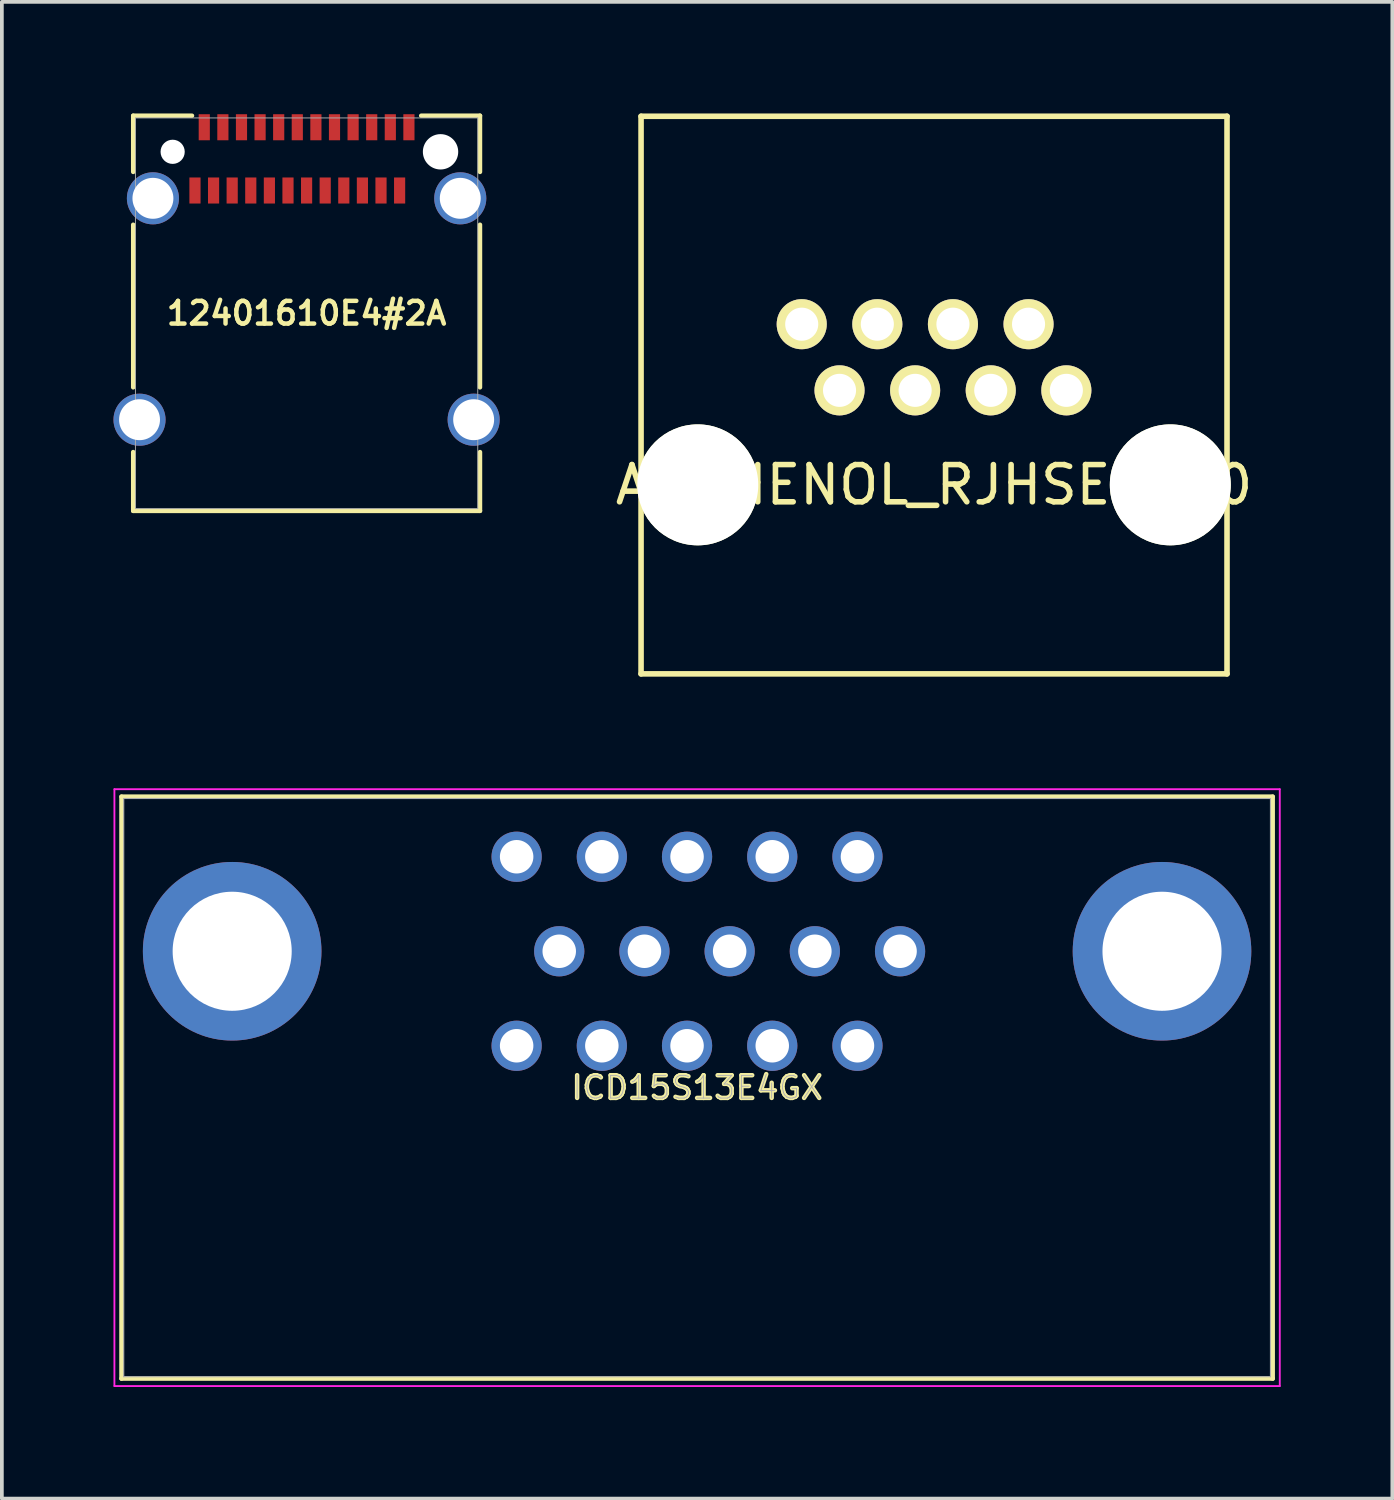
<source format=kicad_pcb>
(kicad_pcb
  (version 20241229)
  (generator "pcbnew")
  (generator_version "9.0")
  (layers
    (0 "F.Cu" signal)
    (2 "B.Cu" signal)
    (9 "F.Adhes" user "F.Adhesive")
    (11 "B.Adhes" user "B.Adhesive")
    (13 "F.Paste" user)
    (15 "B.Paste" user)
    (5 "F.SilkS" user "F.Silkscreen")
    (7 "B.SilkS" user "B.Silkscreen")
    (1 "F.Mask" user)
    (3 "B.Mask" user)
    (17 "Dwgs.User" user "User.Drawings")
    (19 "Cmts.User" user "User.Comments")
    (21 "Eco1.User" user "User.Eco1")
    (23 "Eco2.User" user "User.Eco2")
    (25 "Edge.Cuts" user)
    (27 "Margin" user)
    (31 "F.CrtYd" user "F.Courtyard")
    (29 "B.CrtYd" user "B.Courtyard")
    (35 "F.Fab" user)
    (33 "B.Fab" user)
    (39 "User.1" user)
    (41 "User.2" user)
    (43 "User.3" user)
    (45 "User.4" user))
  (footprint "12401610E4#2A"
    (layer "F.Cu")
    (at 5.19 5.37)
    (property "Reference" "12401610E4#2A" (at 0 0 0) (layer "F.SilkS") (effects (font (size 0.61 0.61) (thickness 0.12))))
    (attr through_hole)
    (fp_line (start -4.66 -5.31) (end -4.66 -3.8) (stroke (width 0.12) (type solid)) (layer "F.SilkS"))
    (fp_line (start -4.66 -5.31) (end -3.08 -5.31) (stroke (width 0.12) (type solid)) (layer "F.SilkS"))
    (fp_line (start -4.66 1.99) (end -4.66 -2.38) (stroke (width 0.12) (type solid)) (layer "F.SilkS"))
    (fp_line (start -4.66 5.31) (end -4.66 3.73) (stroke (width 0.12) (type solid)) (layer "F.SilkS"))
    (fp_line (start -4.66 5.31) (end 4.66 5.31) (stroke (width 0.12) (type solid)) (layer "F.SilkS"))
    (fp_line (start 3.08 -5.31) (end 4.66 -5.31) (stroke (width 0.12) (type solid)) (layer "F.SilkS"))
    (fp_line (start 4.66 -3.8) (end 4.66 -5.31) (stroke (width 0.12) (type solid)) (layer "F.SilkS"))
    (fp_line (start 4.66 -2.38) (end 4.66 1.99) (stroke (width 0.12) (type solid)) (layer "F.SilkS"))
    (fp_line (start 4.66 3.73) (end 4.66 5.31) (stroke (width 0.12) (type solid)) (layer "F.SilkS"))
    (fp_line (start -4.6 -5.25) (end 4.6 -5.25) (stroke (width 0.025) (type solid)) (layer "F.Fab"))
    (fp_line (start -4.6 5.25) (end -4.6 -5.25) (stroke (width 0.025) (type solid)) (layer "F.Fab"))
    (fp_line (start 4.6 -5.25) (end 4.6 5.25) (stroke (width 0.025) (type solid)) (layer "F.Fab"))
    (fp_line (start 4.6 5.25) (end -4.6 5.25) (stroke (width 0.025) (type solid)) (layer "F.Fab"))
    (pad "" np_thru_hole circle (at -3.6 -4.34) (size 0.65 0.65) (drill 0.65) (layers "*.Cu" "*.Mask"))
    (pad "" np_thru_hole circle (at 3.6 -4.34) (size 0.95 0.95) (drill 0.95) (layers "*.Cu" "*.Mask"))
    (pad "A1" smd rect (at -2.75 -5) (size 0.3 0.7) (layers "F.Cu" "F.Mask" "F.Paste"))
    (pad "A2" smd rect (at -2.25 -5) (size 0.3 0.7) (layers "F.Cu" "F.Mask" "F.Paste"))
    (pad "A3" smd rect (at -1.75 -5) (size 0.3 0.7) (layers "F.Cu" "F.Mask" "F.Paste"))
    (pad "A4" smd rect (at -1.25 -5) (size 0.3 0.7) (layers "F.Cu" "F.Mask" "F.Paste"))
    (pad "A5" smd rect (at -0.75 -5) (size 0.3 0.7) (layers "F.Cu" "F.Mask" "F.Paste"))
    (pad "A6" smd rect (at -0.25 -5) (size 0.3 0.7) (layers "F.Cu" "F.Mask" "F.Paste"))
    (pad "A7" smd rect (at 0.25 -5) (size 0.3 0.7) (layers "F.Cu" "F.Mask" "F.Paste"))
    (pad "A8" smd rect (at 0.75 -5) (size 0.3 0.7) (layers "F.Cu" "F.Mask" "F.Paste"))
    (pad "A9" smd rect (at 1.25 -5) (size 0.3 0.7) (layers "F.Cu" "F.Mask" "F.Paste"))
    (pad "A10" smd rect (at 1.75 -5) (size 0.3 0.7) (layers "F.Cu" "F.Mask" "F.Paste"))
    (pad "A11" smd rect (at 2.25 -5) (size 0.3 0.7) (layers "F.Cu" "F.Mask" "F.Paste"))
    (pad "A12" smd rect (at 2.75 -5) (size 0.3 0.7) (layers "F.Cu" "F.Mask" "F.Paste"))
    (pad "B1" smd rect (at 2.5 -3.3) (size 0.3 0.7) (layers "F.Cu" "F.Mask" "F.Paste"))
    (pad "B2" smd rect (at 2 -3.3) (size 0.3 0.7) (layers "F.Cu" "F.Mask" "F.Paste"))
    (pad "B3" smd rect (at 1.5 -3.3) (size 0.3 0.7) (layers "F.Cu" "F.Mask" "F.Paste"))
    (pad "B4" smd rect (at 1 -3.3) (size 0.3 0.7) (layers "F.Cu" "F.Mask" "F.Paste"))
    (pad "B5" smd rect (at 0.5 -3.3) (size 0.3 0.7) (layers "F.Cu" "F.Mask" "F.Paste"))
    (pad "B6" smd rect (at 0 -3.3) (size 0.3 0.7) (layers "F.Cu" "F.Mask" "F.Paste"))
    (pad "B7" smd rect (at -0.5 -3.3) (size 0.3 0.7) (layers "F.Cu" "F.Mask" "F.Paste"))
    (pad "B8" smd rect (at -1 -3.3) (size 0.3 0.7) (layers "F.Cu" "F.Mask" "F.Paste"))
    (pad "B9" smd rect (at -1.5 -3.3) (size 0.3 0.7) (layers "F.Cu" "F.Mask" "F.Paste"))
    (pad "B10" smd rect (at -2 -3.3) (size 0.3 0.7) (layers "F.Cu" "F.Mask" "F.Paste"))
    (pad "B11" smd rect (at -2.5 -3.3) (size 0.3 0.7) (layers "F.Cu" "F.Mask" "F.Paste"))
    (pad "B12" smd rect (at -3 -3.3) (size 0.3 0.7) (layers "F.Cu" "F.Mask" "F.Paste"))
    (pad "SH" thru_hole circle (at -4.49 2.86) (size 1.4 1.4) (drill 1.1) (layers "*.Cu" "*.Mask"))
    (pad "SH" thru_hole circle (at -4.13 -3.09) (size 1.4 1.4) (drill 1.1) (layers "*.Cu" "*.Mask"))
    (pad "SH" thru_hole circle (at 4.13 -3.09) (size 1.4 1.4) (drill 1.1) (layers "*.Cu" "*.Mask"))
    (pad "SH" thru_hole circle (at 4.49 2.86) (size 1.4 1.4) (drill 1.1) (layers "*.Cu" "*.Mask")))
  (footprint "ICD15S13E4GX"
    (layer "F.Cu")
    (at 15.685 26.181)
    (property "Reference" "ICD15S13E4GX" (at 0 0 0) (layer "F.SilkS") (effects (font (size 0.61 0.61) (thickness 0.12))))
    (attr smd)
    (fp_line (start -15.47 -7.82) (end -15.47 7.82) (stroke (width 0.12) (type solid)) (layer "F.SilkS"))
    (fp_line (start -15.47 7.82) (end 15.47 7.82) (stroke (width 0.12) (type solid)) (layer "F.SilkS"))
    (fp_line (start 15.47 -7.82) (end -15.47 -7.82) (stroke (width 0.12) (type solid)) (layer "F.SilkS"))
    (fp_line (start 15.47 7.82) (end 15.47 -7.82) (stroke (width 0.12) (type solid)) (layer "F.SilkS"))
    (fp_line (start -15.66 -8.02) (end 15.66 -8.02) (stroke (width 0.05) (type solid)) (layer "F.CrtYd"))
    (fp_line (start -15.66 8.02) (end -15.66 -8.02) (stroke (width 0.05) (type solid)) (layer "F.CrtYd"))
    (fp_line (start 15.66 -8.02) (end 15.66 8.02) (stroke (width 0.05) (type solid)) (layer "F.CrtYd"))
    (fp_line (start 15.66 8.02) (end -15.66 8.02) (stroke (width 0.05) (type solid)) (layer "F.CrtYd"))
    (fp_line (start -15.41 -7.77) (end 15.41 -7.77) (stroke (width 0.03) (type solid)) (layer "F.Fab"))
    (fp_line (start -15.41 7.77) (end -15.41 -7.77) (stroke (width 0.03) (type solid)) (layer "F.Fab"))
    (fp_line (start 15.41 -7.77) (end 15.41 7.77) (stroke (width 0.03) (type solid)) (layer "F.Fab"))
    (fp_line (start 15.41 7.77) (end -15.41 7.77) (stroke (width 0.03) (type solid)) (layer "F.Fab"))
    (fp_text user "${REFERENCE}" (at 0 0 0) (layer "F.Fab") (effects (font (size 0.61 0.61) (thickness 0.025))))
    (pad "0" thru_hole circle (at -12.495 -3.665) (size 4.8 4.8) (drill 3.2) (layers "*.Cu" "*.Mask"))
    (pad "0" thru_hole circle (at 12.495 -3.665) (size 4.8 4.8) (drill 3.2) (layers "*.Cu" "*.Mask"))
    (pad "1" thru_hole circle (at 4.31 -6.205) (size 1.35 1.35) (drill 0.9) (layers "*.Cu" "*.Mask"))
    (pad "2" thru_hole circle (at 2.02 -6.205) (size 1.35 1.35) (drill 0.9) (layers "*.Cu" "*.Mask"))
    (pad "3" thru_hole circle (at -0.27 -6.205) (size 1.35 1.35) (drill 0.9) (layers "*.Cu" "*.Mask"))
    (pad "4" thru_hole circle (at -2.56 -6.205) (size 1.35 1.35) (drill 0.9) (layers "*.Cu" "*.Mask"))
    (pad "5" thru_hole circle (at -4.85 -6.205) (size 1.35 1.35) (drill 0.9) (layers "*.Cu" "*.Mask"))
    (pad "6" thru_hole circle (at 5.455 -3.665) (size 1.35 1.35) (drill 0.9) (layers "*.Cu" "*.Mask"))
    (pad "7" thru_hole circle (at 3.165 -3.665) (size 1.35 1.35) (drill 0.9) (layers "*.Cu" "*.Mask"))
    (pad "8" thru_hole circle (at 0.875 -3.665) (size 1.35 1.35) (drill 0.9) (layers "*.Cu" "*.Mask"))
    (pad "9" thru_hole circle (at -1.415 -3.665) (size 1.35 1.35) (drill 0.9) (layers "*.Cu" "*.Mask"))
    (pad "10" thru_hole circle (at -3.705 -3.665) (size 1.35 1.35) (drill 0.9) (layers "*.Cu" "*.Mask"))
    (pad "11" thru_hole circle (at 4.31 -1.125) (size 1.35 1.35) (drill 0.9) (layers "*.Cu" "*.Mask"))
    (pad "12" thru_hole circle (at 2.02 -1.125) (size 1.35 1.35) (drill 0.9) (layers "*.Cu" "*.Mask"))
    (pad "13" thru_hole circle (at -0.27 -1.125) (size 1.35 1.35) (drill 0.9) (layers "*.Cu" "*.Mask"))
    (pad "14" thru_hole circle (at -2.56 -1.125) (size 1.35 1.35) (drill 0.9) (layers "*.Cu" "*.Mask"))
    (pad "15" thru_hole circle (at -4.85 -1.125) (size 1.35 1.35) (drill 0.9) (layers "*.Cu" "*.Mask")))
  (footprint "AMPHENOL_RJHSE5080"
    (layer "F.Cu")
    (at 22.053 9.981)
    (property "Reference" "AMPHENOL_RJHSE5080" (at 0 0 0) (layer "F.SilkS") (effects (font (size 1 1) (thickness 0.15))))
    (attr through_hole)
    (fp_line (start -7.874 -9.906) (end 7.874 -9.906) (stroke (width 0.15) (type solid)) (layer "F.SilkS"))
    (fp_line (start -7.874 5.08) (end -7.874 -9.906) (stroke (width 0.15) (type solid)) (layer "F.SilkS"))
    (fp_line (start 7.874 -9.906) (end 7.874 5.08) (stroke (width 0.15) (type solid)) (layer "F.SilkS"))
    (fp_line (start 7.874 5.08) (end -7.874 5.08) (stroke (width 0.15) (type solid)) (layer "F.SilkS"))
    (pad "" np_thru_hole circle (at -6.35 0) (size 3.251 3.251) (drill 3.251) (layers "*.Cu" "*.Mask" "F.SilkS"))
    (pad "" np_thru_hole circle (at 6.35 0) (size 3.251 3.251) (drill 3.251) (layers "*.Cu" "*.Mask" "F.SilkS"))
    (pad "1" thru_hole circle (at 3.556 -2.54) (size 1.346 1.346) (drill 0.889) (layers "*.Cu" "*.Mask" "F.SilkS"))
    (pad "2" thru_hole circle (at 2.54 -4.318) (size 1.346 1.346) (drill 0.889) (layers "*.Cu" "*.Mask" "F.SilkS"))
    (pad "3" thru_hole circle (at 1.524 -2.54) (size 1.346 1.346) (drill 0.889) (layers "*.Cu" "*.Mask" "F.SilkS"))
    (pad "4" thru_hole circle (at 0.508 -4.318) (size 1.346 1.346) (drill 0.889) (layers "*.Cu" "*.Mask" "F.SilkS"))
    (pad "5" thru_hole circle (at -0.508 -2.54) (size 1.346 1.346) (drill 0.889) (layers "*.Cu" "*.Mask" "F.SilkS"))
    (pad "6" thru_hole circle (at -1.524 -4.318) (size 1.346 1.346) (drill 0.889) (layers "*.Cu" "*.Mask" "F.SilkS"))
    (pad "7" thru_hole circle (at -2.54 -2.54) (size 1.346 1.346) (drill 0.889) (layers "*.Cu" "*.Mask" "F.SilkS"))
    (pad "8" thru_hole circle (at -3.556 -4.318) (size 1.346 1.346) (drill 0.889) (layers "*.Cu" "*.Mask" "F.SilkS")))
  (gr_rect
    (start -3 -3)
    (end 34.37 37.226)
    (stroke (width 0.1) (type default))
    (fill no)
    (layer "Edge.Cuts")))
</source>
